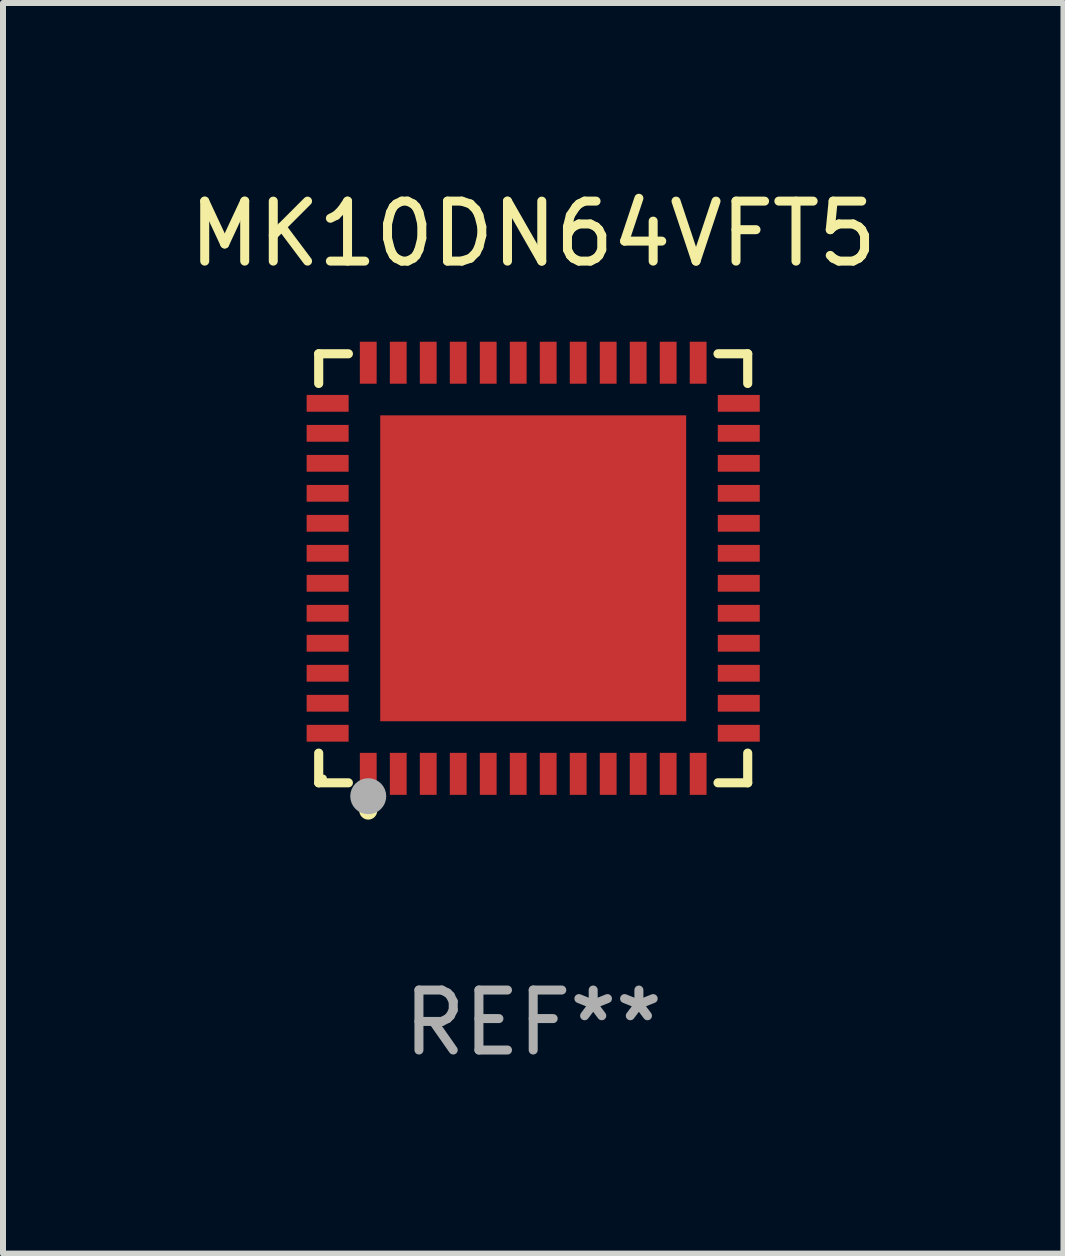
<source format=kicad_pcb>
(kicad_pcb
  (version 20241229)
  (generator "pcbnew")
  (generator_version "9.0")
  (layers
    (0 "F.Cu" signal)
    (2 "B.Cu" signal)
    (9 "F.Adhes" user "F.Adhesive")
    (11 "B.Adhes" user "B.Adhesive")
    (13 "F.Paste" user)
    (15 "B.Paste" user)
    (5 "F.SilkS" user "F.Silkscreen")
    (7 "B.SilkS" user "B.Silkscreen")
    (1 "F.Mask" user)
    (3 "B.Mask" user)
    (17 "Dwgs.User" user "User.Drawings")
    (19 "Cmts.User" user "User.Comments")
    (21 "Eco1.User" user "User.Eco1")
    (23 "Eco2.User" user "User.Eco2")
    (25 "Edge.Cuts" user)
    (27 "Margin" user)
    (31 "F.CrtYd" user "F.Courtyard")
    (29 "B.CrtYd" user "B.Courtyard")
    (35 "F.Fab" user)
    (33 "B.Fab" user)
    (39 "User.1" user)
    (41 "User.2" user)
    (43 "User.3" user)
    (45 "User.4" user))
  (footprint "MK10DN64VFT5"
    (layer "F.Cu")
    (at 5.839 6.424)
    (property "Reference" "MK10DN64VFT5" (at 0 -5.576 0) (layer "F.SilkS") (effects (font (size 1 1) (thickness 0.15))))
    (attr through_hole)
    (fp_line (start -3.576 -3.576) (end -3.081 -3.576) (stroke (width 0.152) (type solid)) (layer "F.SilkS"))
    (fp_line (start -3.576 -3.081) (end -3.576 -3.576) (stroke (width 0.152) (type solid)) (layer "F.SilkS"))
    (fp_line (start -3.576 3.081) (end -3.576 3.576) (stroke (width 0.152) (type solid)) (layer "F.SilkS"))
    (fp_line (start -3.576 3.576) (end -3.081 3.576) (stroke (width 0.152) (type solid)) (layer "F.SilkS"))
    (fp_line (start 3.576 -3.576) (end 3.081 -3.576) (stroke (width 0.152) (type solid)) (layer "F.SilkS"))
    (fp_line (start 3.576 -3.081) (end 3.576 -3.576) (stroke (width 0.152) (type solid)) (layer "F.SilkS"))
    (fp_line (start 3.576 3.081) (end 3.576 3.576) (stroke (width 0.152) (type solid)) (layer "F.SilkS"))
    (fp_line (start 3.576 3.576) (end 3.081 3.576) (stroke (width 0.152) (type solid)) (layer "F.SilkS"))
    (fp_circle (center -3.5 3.5) (end -3.47 3.5) (stroke (width 0.06) (type solid)) (fill no) (layer "F.SilkS"))
    (fp_circle (center -2.75 4.04) (end -2.675 4.04) (stroke (width 0.15) (type solid)) (fill no) (layer "F.SilkS"))
    (fp_circle (center -2.75 3.8) (end -2.6 3.8) (stroke (width 0.3) (type solid)) (fill no) (layer "F.Fab"))
    (fp_text user "REF**" (at 0 7.576 0) (layer "F.Fab") (effects (font (size 1 1) (thickness 0.15))))
    (pad "1" smd rect (at -2.75 3.427) (size 0.28 0.7) (layers "F.Cu" "F.Mask" "F.Paste"))
    (pad "2" smd rect (at -2.25 3.427) (size 0.28 0.7) (layers "F.Cu" "F.Mask" "F.Paste"))
    (pad "3" smd rect (at -1.75 3.427) (size 0.28 0.7) (layers "F.Cu" "F.Mask" "F.Paste"))
    (pad "4" smd rect (at -1.25 3.427) (size 0.28 0.7) (layers "F.Cu" "F.Mask" "F.Paste"))
    (pad "5" smd rect (at -0.75 3.427) (size 0.28 0.7) (layers "F.Cu" "F.Mask" "F.Paste"))
    (pad "6" smd rect (at -0.25 3.427) (size 0.28 0.7) (layers "F.Cu" "F.Mask" "F.Paste"))
    (pad "7" smd rect (at 0.25 3.427) (size 0.28 0.7) (layers "F.Cu" "F.Mask" "F.Paste"))
    (pad "8" smd rect (at 0.75 3.427) (size 0.28 0.7) (layers "F.Cu" "F.Mask" "F.Paste"))
    (pad "9" smd rect (at 1.25 3.427) (size 0.28 0.7) (layers "F.Cu" "F.Mask" "F.Paste"))
    (pad "10" smd rect (at 1.75 3.427) (size 0.28 0.7) (layers "F.Cu" "F.Mask" "F.Paste"))
    (pad "11" smd rect (at 2.25 3.427) (size 0.28 0.7) (layers "F.Cu" "F.Mask" "F.Paste"))
    (pad "12" smd rect (at 2.75 3.427) (size 0.28 0.7) (layers "F.Cu" "F.Mask" "F.Paste"))
    (pad "13" smd rect (at 3.427 2.75) (size 0.7 0.28) (layers "F.Cu" "F.Mask" "F.Paste"))
    (pad "14" smd rect (at 3.427 2.25) (size 0.7 0.28) (layers "F.Cu" "F.Mask" "F.Paste"))
    (pad "15" smd rect (at 3.427 1.75) (size 0.7 0.28) (layers "F.Cu" "F.Mask" "F.Paste"))
    (pad "16" smd rect (at 3.427 1.25) (size 0.7 0.28) (layers "F.Cu" "F.Mask" "F.Paste"))
    (pad "17" smd rect (at 3.427 0.75) (size 0.7 0.28) (layers "F.Cu" "F.Mask" "F.Paste"))
    (pad "18" smd rect (at 3.427 0.25) (size 0.7 0.28) (layers "F.Cu" "F.Mask" "F.Paste"))
    (pad "19" smd rect (at 3.427 -0.25) (size 0.7 0.28) (layers "F.Cu" "F.Mask" "F.Paste"))
    (pad "20" smd rect (at 3.427 -0.75) (size 0.7 0.28) (layers "F.Cu" "F.Mask" "F.Paste"))
    (pad "21" smd rect (at 3.427 -1.25) (size 0.7 0.28) (layers "F.Cu" "F.Mask" "F.Paste"))
    (pad "22" smd rect (at 3.427 -1.75) (size 0.7 0.28) (layers "F.Cu" "F.Mask" "F.Paste"))
    (pad "23" smd rect (at 3.427 -2.25) (size 0.7 0.28) (layers "F.Cu" "F.Mask" "F.Paste"))
    (pad "24" smd rect (at 3.427 -2.75) (size 0.7 0.28) (layers "F.Cu" "F.Mask" "F.Paste"))
    (pad "25" smd rect (at 2.75 -3.427) (size 0.28 0.7) (layers "F.Cu" "F.Mask" "F.Paste"))
    (pad "26" smd rect (at 2.25 -3.427) (size 0.28 0.7) (layers "F.Cu" "F.Mask" "F.Paste"))
    (pad "27" smd rect (at 1.75 -3.427) (size 0.28 0.7) (layers "F.Cu" "F.Mask" "F.Paste"))
    (pad "28" smd rect (at 1.25 -3.427) (size 0.28 0.7) (layers "F.Cu" "F.Mask" "F.Paste"))
    (pad "29" smd rect (at 0.75 -3.427) (size 0.28 0.7) (layers "F.Cu" "F.Mask" "F.Paste"))
    (pad "30" smd rect (at 0.25 -3.427) (size 0.28 0.7) (layers "F.Cu" "F.Mask" "F.Paste"))
    (pad "31" smd rect (at -0.25 -3.427) (size 0.28 0.7) (layers "F.Cu" "F.Mask" "F.Paste"))
    (pad "32" smd rect (at -0.75 -3.427) (size 0.28 0.7) (layers "F.Cu" "F.Mask" "F.Paste"))
    (pad "33" smd rect (at -1.25 -3.427) (size 0.28 0.7) (layers "F.Cu" "F.Mask" "F.Paste"))
    (pad "34" smd rect (at -1.75 -3.427) (size 0.28 0.7) (layers "F.Cu" "F.Mask" "F.Paste"))
    (pad "35" smd rect (at -2.25 -3.427) (size 0.28 0.7) (layers "F.Cu" "F.Mask" "F.Paste"))
    (pad "36" smd rect (at -2.75 -3.427) (size 0.28 0.7) (layers "F.Cu" "F.Mask" "F.Paste"))
    (pad "37" smd rect (at -3.427 -2.75) (size 0.7 0.28) (layers "F.Cu" "F.Mask" "F.Paste"))
    (pad "38" smd rect (at -3.427 -2.25) (size 0.7 0.28) (layers "F.Cu" "F.Mask" "F.Paste"))
    (pad "39" smd rect (at -3.427 -1.75) (size 0.7 0.28) (layers "F.Cu" "F.Mask" "F.Paste"))
    (pad "40" smd rect (at -3.427 -1.25) (size 0.7 0.28) (layers "F.Cu" "F.Mask" "F.Paste"))
    (pad "41" smd rect (at -3.427 -0.75) (size 0.7 0.28) (layers "F.Cu" "F.Mask" "F.Paste"))
    (pad "42" smd rect (at -3.427 -0.25) (size 0.7 0.28) (layers "F.Cu" "F.Mask" "F.Paste"))
    (pad "43" smd rect (at -3.427 0.25) (size 0.7 0.28) (layers "F.Cu" "F.Mask" "F.Paste"))
    (pad "44" smd rect (at -3.427 0.75) (size 0.7 0.28) (layers "F.Cu" "F.Mask" "F.Paste"))
    (pad "45" smd rect (at -3.427 1.25) (size 0.7 0.28) (layers "F.Cu" "F.Mask" "F.Paste"))
    (pad "46" smd rect (at -3.427 1.75) (size 0.7 0.28) (layers "F.Cu" "F.Mask" "F.Paste"))
    (pad "47" smd rect (at -3.427 2.25) (size 0.7 0.28) (layers "F.Cu" "F.Mask" "F.Paste"))
    (pad "48" smd rect (at -3.427 2.75) (size 0.7 0.28) (layers "F.Cu" "F.Mask" "F.Paste"))
    (pad "49" smd rect (at 0 0) (size 5.1 5.1) (layers "F.Cu" "F.Mask" "F.Paste")))
  (gr_rect
    (start -3 -3)
    (end 14.679 17.849)
    (stroke (width 0.1) (type default))
    (fill no)
    (layer "Edge.Cuts")))
</source>
